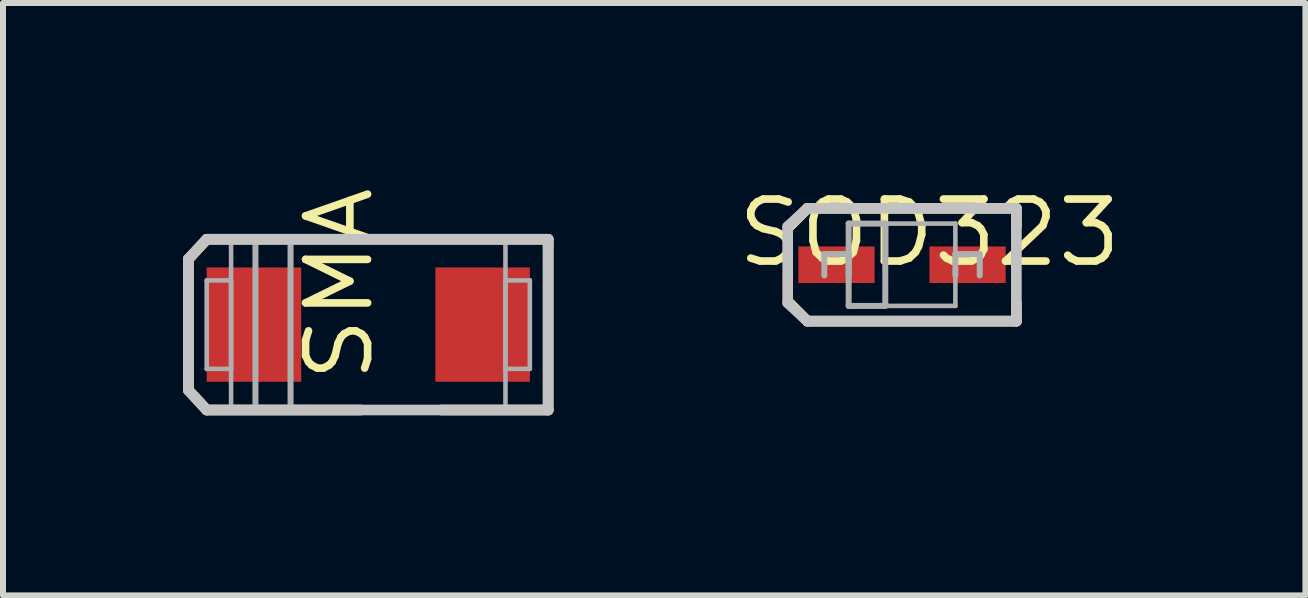
<source format=kicad_pcb>
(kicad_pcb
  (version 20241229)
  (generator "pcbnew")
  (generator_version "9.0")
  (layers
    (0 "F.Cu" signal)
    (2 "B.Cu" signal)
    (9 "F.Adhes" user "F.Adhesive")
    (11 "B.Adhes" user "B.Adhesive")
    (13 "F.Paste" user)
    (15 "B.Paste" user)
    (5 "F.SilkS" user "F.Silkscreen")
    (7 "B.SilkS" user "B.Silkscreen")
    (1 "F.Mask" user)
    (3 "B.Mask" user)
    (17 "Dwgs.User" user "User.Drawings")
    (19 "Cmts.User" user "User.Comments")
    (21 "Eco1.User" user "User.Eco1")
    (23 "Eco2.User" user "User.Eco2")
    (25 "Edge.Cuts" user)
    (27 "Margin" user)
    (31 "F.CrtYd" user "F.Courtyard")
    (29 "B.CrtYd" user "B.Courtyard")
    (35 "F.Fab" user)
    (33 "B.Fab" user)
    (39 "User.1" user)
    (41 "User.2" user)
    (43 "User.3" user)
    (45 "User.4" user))
  (footprint "SOD323"
    (layer "F.Cu")
    (at 11.979 1.361)
    (property "Reference" "SOD323" (at 0.457 -0.533 0) (unlocked yes) (layer "F.SilkS") (effects (font (size 1.033 1.087) (thickness 0.127))))
    (attr smd)
    (fp_line (start -1.88 -0.635) (end -1.575 -0.94) (stroke (width 0.178) (type solid)) (layer "F.SilkS"))
    (fp_line (start -1.88 0.635) (end -1.575 0.94) (stroke (width 0.178) (type solid)) (layer "F.SilkS"))
    (fp_line (start -1.575 -0.94) (end 1.905 -0.94) (stroke (width 0.178) (type solid)) (layer "F.SilkS"))
    (fp_line (start -1.575 0.94) (end 1.905 0.94) (stroke (width 0.178) (type solid)) (layer "F.SilkS"))
    (fp_line (start 1.905 -0.635) (end 1.905 -0.94) (stroke (width 0.178) (type solid)) (layer "F.SilkS"))
    (fp_line (start 1.905 0.94) (end 1.905 0.635) (stroke (width 0.178) (type solid)) (layer "F.SilkS"))
    (fp_line (start -1.905 -0.635) (end -1.575 -0.94) (stroke (width 0.178) (type solid)) (layer "Dwgs.User"))
    (fp_line (start -1.905 0.635) (end -1.905 -0.635) (stroke (width 0.178) (type solid)) (layer "Dwgs.User"))
    (fp_line (start -1.905 0.635) (end -1.575 0.94) (stroke (width 0.178) (type solid)) (layer "Dwgs.User"))
    (fp_line (start -1.575 -0.94) (end 1.905 -0.94) (stroke (width 0.178) (type solid)) (layer "Dwgs.User"))
    (fp_line (start -1.575 0.94) (end 1.905 0.94) (stroke (width 0.178) (type solid)) (layer "Dwgs.User"))
    (fp_line (start 1.905 0.94) (end 1.905 -0.94) (stroke (width 0.178) (type solid)) (layer "Dwgs.User"))
    (fp_line (start -1.295 -0.178) (end -0.889 -0.178) (stroke (width 0.1) (type solid)) (layer "F.Fab"))
    (fp_line (start -1.295 0.178) (end -1.295 -0.178) (stroke (width 0.1) (type solid)) (layer "F.Fab"))
    (fp_line (start -0.889 -0.686) (end -0.279 -0.686) (stroke (width 0.1) (type solid)) (layer "F.Fab"))
    (fp_line (start -0.889 -0.686) (end 0.889 -0.686) (stroke (width 0.076) (type solid)) (layer "F.Fab"))
    (fp_line (start -0.889 0.178) (end -0.889 -0.178) (stroke (width 0.1) (type solid)) (layer "F.Fab"))
    (fp_line (start -0.889 0.686) (end -0.889 -0.686) (stroke (width 0.076) (type solid)) (layer "F.Fab"))
    (fp_line (start -0.889 0.686) (end -0.889 -0.686) (stroke (width 0.1) (type solid)) (layer "F.Fab"))
    (fp_line (start -0.889 0.686) (end -0.279 0.686) (stroke (width 0.1) (type solid)) (layer "F.Fab"))
    (fp_line (start -0.889 0.686) (end 0.889 0.686) (stroke (width 0.076) (type solid)) (layer "F.Fab"))
    (fp_line (start -0.279 0.686) (end -0.279 -0.686) (stroke (width 0.1) (type solid)) (layer "F.Fab"))
    (fp_line (start 0.889 -0.178) (end 1.295 -0.178) (stroke (width 0.1) (type solid)) (layer "F.Fab"))
    (fp_line (start 0.889 0.178) (end 0.889 -0.178) (stroke (width 0.1) (type solid)) (layer "F.Fab"))
    (fp_line (start 0.889 0.686) (end 0.889 -0.686) (stroke (width 0.076) (type solid)) (layer "F.Fab"))
    (fp_line (start 1.295 0.178) (end 1.295 -0.178) (stroke (width 0.1) (type solid)) (layer "F.Fab"))
    (pad "1" smd rect (at 1.092 0) (size 1.27 0.61) (layers "F.Cu" "F.Mask" "F.Paste"))
    (pad "2" smd rect (at -1.092 0) (size 1.27 0.61) (layers "F.Cu" "F.Mask" "F.Paste")))
  (footprint "SMA"
    (layer "F.Cu")
    (at 3.086 2.359)
    (property "Reference" "SMA" (at -0.483 -0.673 90) (unlocked yes) (layer "F.SilkS") (effects (font (size 1.033 1.087) (thickness 0.127))))
    (attr smd)
    (fp_line (start -2.997 -1.092) (end -2.692 -1.422) (stroke (width 0.178) (type solid)) (layer "F.SilkS"))
    (fp_line (start -2.997 1.092) (end -2.997 -1.092) (stroke (width 0.178) (type solid)) (layer "F.SilkS"))
    (fp_line (start -2.997 1.092) (end -2.692 1.422) (stroke (width 0.178) (type solid)) (layer "F.SilkS"))
    (fp_line (start -2.692 -1.422) (end 2.997 -1.422) (stroke (width 0.178) (type solid)) (layer "F.SilkS"))
    (fp_line (start -2.692 1.422) (end -0.127 1.422) (stroke (width 0.178) (type solid)) (layer "F.SilkS"))
    (fp_line (start 1.219 1.422) (end 2.997 1.422) (stroke (width 0.178) (type solid)) (layer "F.SilkS"))
    (fp_line (start 2.997 1.422) (end 2.997 -1.422) (stroke (width 0.178) (type solid)) (layer "F.SilkS"))
    (fp_line (start -2.997 -1.092) (end -2.692 -1.422) (stroke (width 0.178) (type solid)) (layer "Dwgs.User"))
    (fp_line (start -2.997 1.092) (end -2.997 -1.092) (stroke (width 0.178) (type solid)) (layer "Dwgs.User"))
    (fp_line (start -2.997 1.092) (end -2.692 1.422) (stroke (width 0.178) (type solid)) (layer "Dwgs.User"))
    (fp_line (start -2.692 -1.422) (end 2.997 -1.422) (stroke (width 0.178) (type solid)) (layer "Dwgs.User"))
    (fp_line (start -2.692 1.422) (end 2.997 1.422) (stroke (width 0.178) (type solid)) (layer "Dwgs.User"))
    (fp_line (start 2.997 1.422) (end 2.997 -1.422) (stroke (width 0.178) (type solid)) (layer "Dwgs.User"))
    (fp_line (start -2.692 -0.737) (end -2.286 -0.737) (stroke (width 0.076) (type solid)) (layer "F.Fab"))
    (fp_line (start -2.692 0.737) (end -2.692 -0.737) (stroke (width 0.076) (type solid)) (layer "F.Fab"))
    (fp_line (start -2.692 0.737) (end -2.286 0.737) (stroke (width 0.076) (type solid)) (layer "F.Fab"))
    (fp_line (start -2.286 -1.397) (end 2.286 -1.397) (stroke (width 0.076) (type solid)) (layer "F.Fab"))
    (fp_line (start -2.286 0.737) (end -2.286 -0.737) (stroke (width 0.076) (type solid)) (layer "F.Fab"))
    (fp_line (start -2.286 1.397) (end -2.286 -1.397) (stroke (width 0.076) (type solid)) (layer "F.Fab"))
    (fp_line (start -2.286 1.397) (end 2.286 1.397) (stroke (width 0.076) (type solid)) (layer "F.Fab"))
    (fp_line (start -1.88 -1.397) (end -1.295 -1.397) (stroke (width 0.1) (type solid)) (layer "F.Fab"))
    (fp_line (start -1.88 1.397) (end -1.88 -1.397) (stroke (width 0.1) (type solid)) (layer "F.Fab"))
    (fp_line (start -1.88 1.397) (end -1.295 1.397) (stroke (width 0.1) (type solid)) (layer "F.Fab"))
    (fp_line (start -1.295 1.397) (end -1.295 -1.397) (stroke (width 0.1) (type solid)) (layer "F.Fab"))
    (fp_line (start 2.286 -0.737) (end 2.692 -0.737) (stroke (width 0.076) (type solid)) (layer "F.Fab"))
    (fp_line (start 2.286 0.737) (end 2.286 -0.737) (stroke (width 0.076) (type solid)) (layer "F.Fab"))
    (fp_line (start 2.286 0.737) (end 2.692 0.737) (stroke (width 0.076) (type solid)) (layer "F.Fab"))
    (fp_line (start 2.286 1.397) (end 2.286 -1.397) (stroke (width 0.076) (type solid)) (layer "F.Fab"))
    (fp_line (start 2.692 0.737) (end 2.692 -0.737) (stroke (width 0.076) (type solid)) (layer "F.Fab"))
    (pad "1" smd rect (at 1.905 0) (size 1.575 1.905) (layers "F.Cu" "F.Mask" "F.Paste"))
    (pad "2" smd rect (at -1.905 0) (size 1.575 1.905) (layers "F.Cu" "F.Mask" "F.Paste")))
  (gr_rect
    (start -3 -3)
    (end 18.7 6.87)
    (stroke (width 0.1) (type default))
    (fill no)
    (layer "Edge.Cuts")))
</source>
